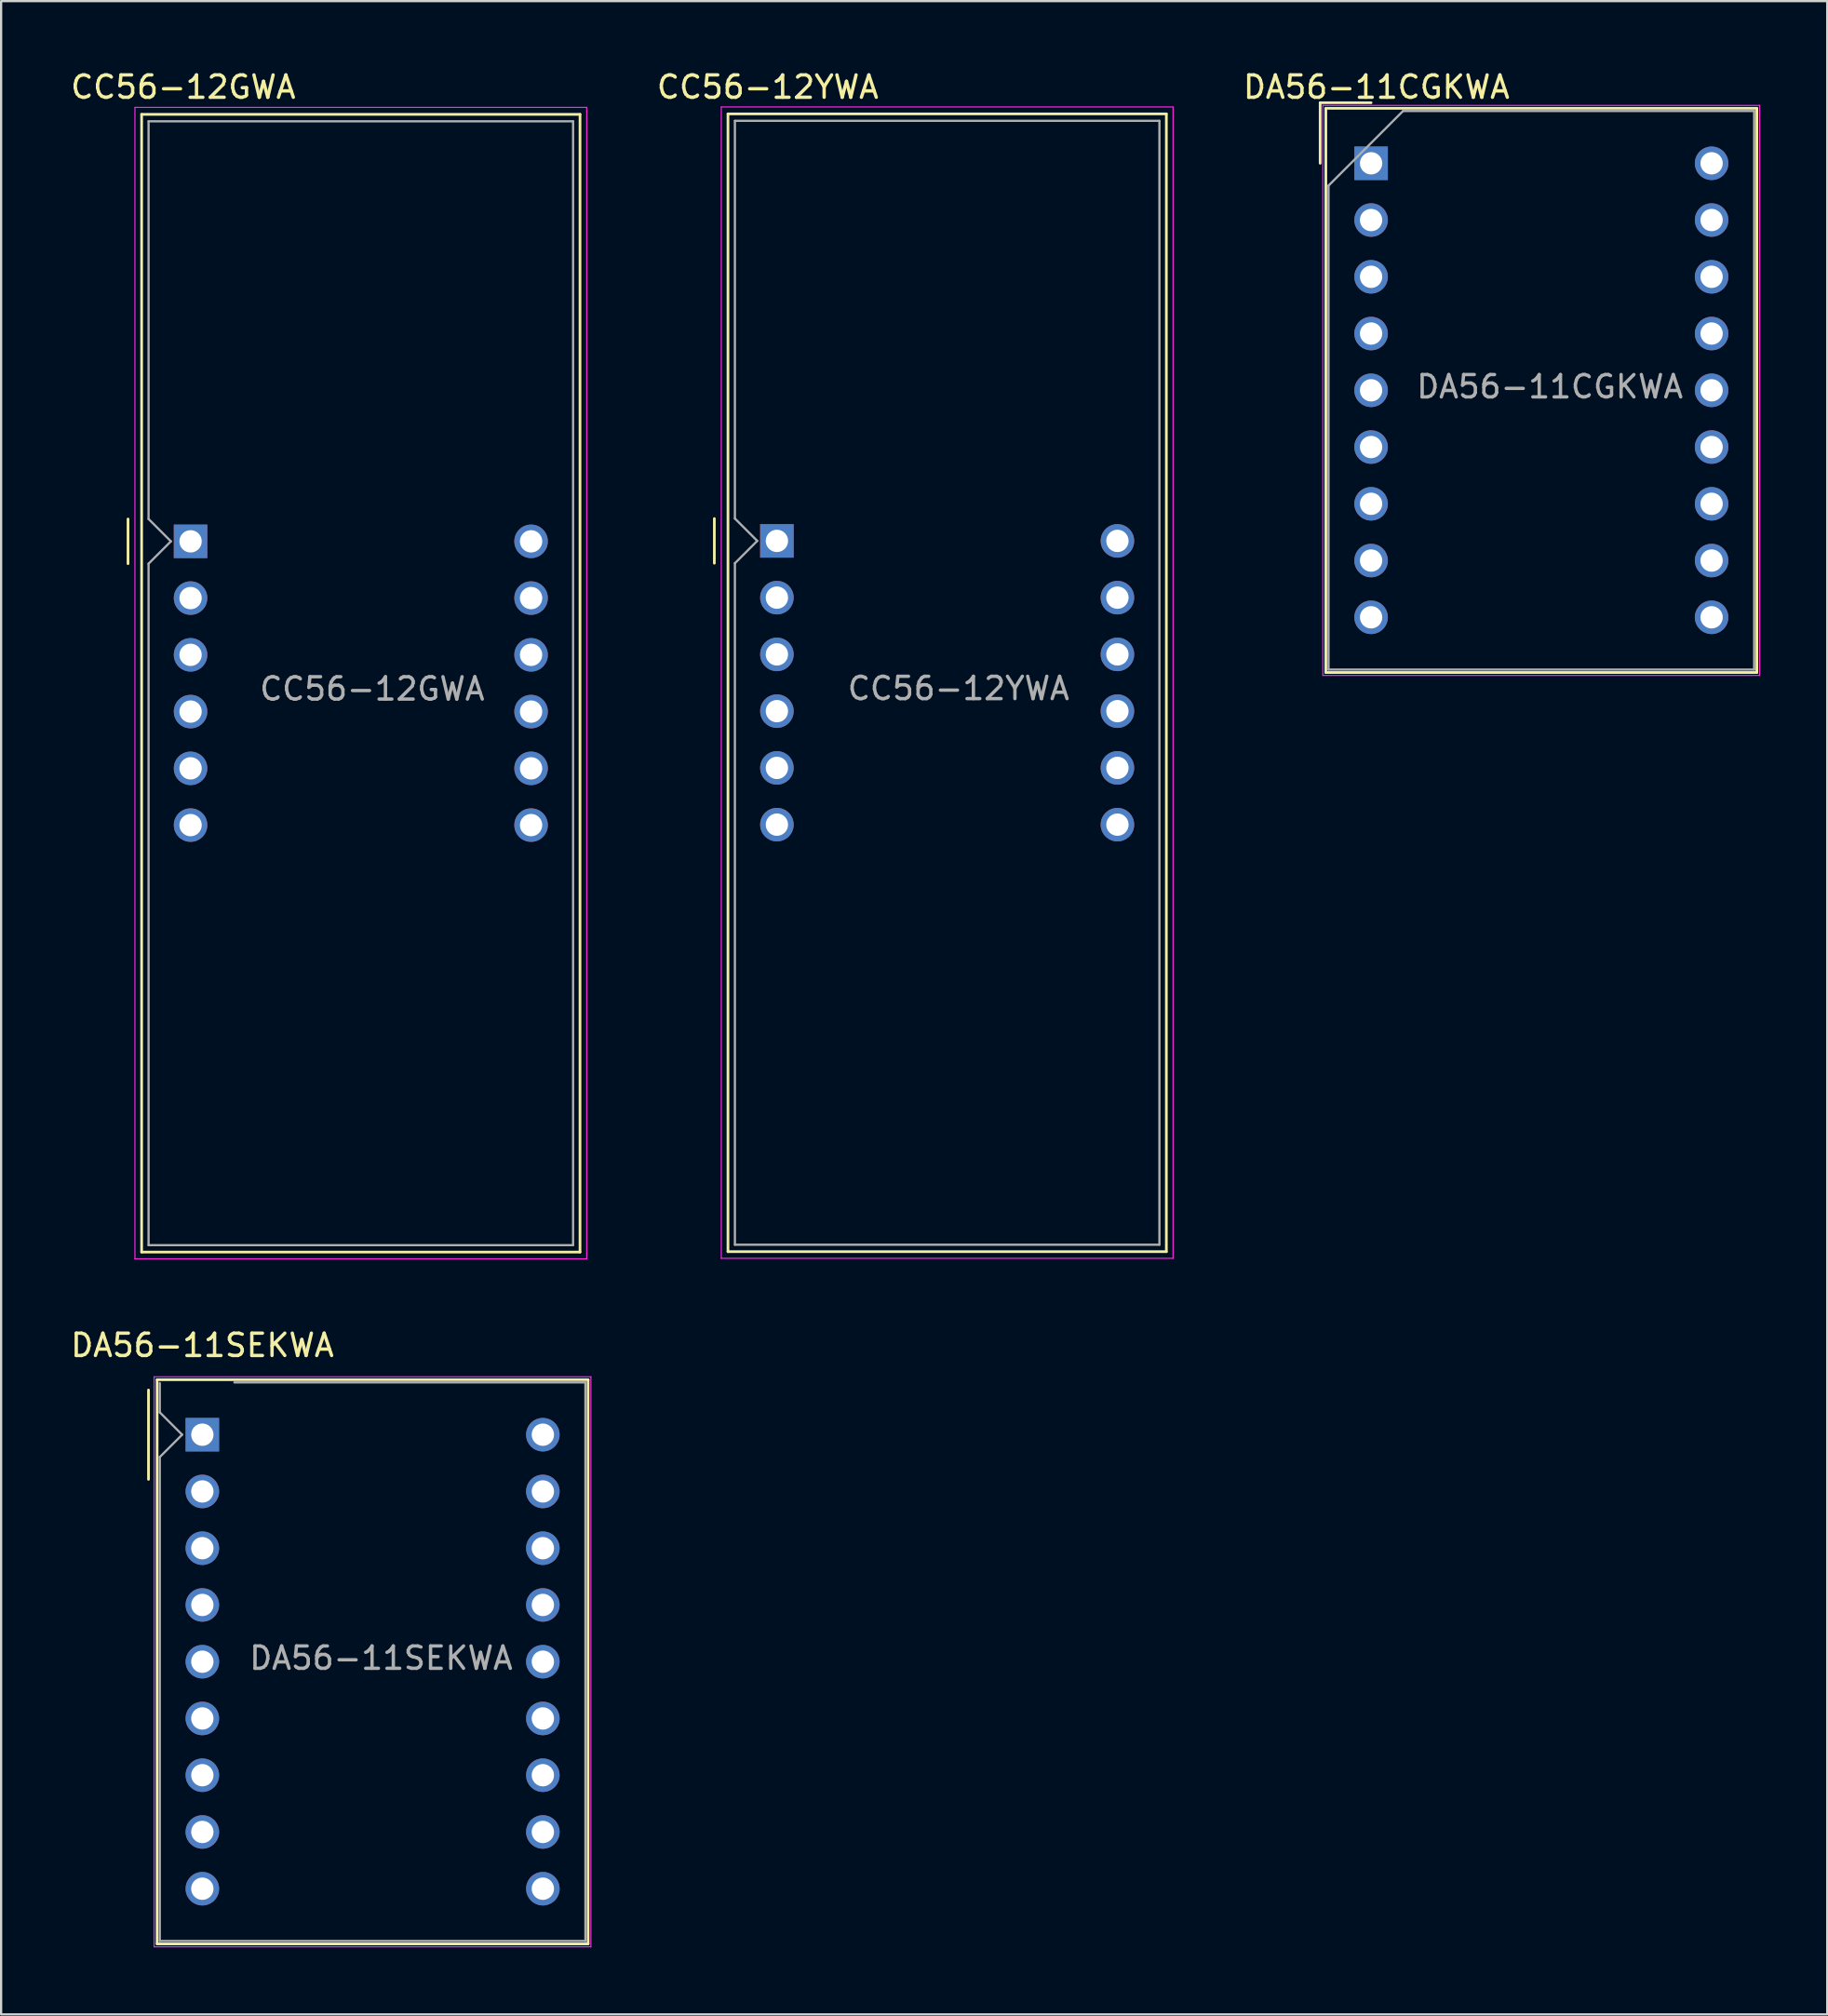
<source format=kicad_pcb>
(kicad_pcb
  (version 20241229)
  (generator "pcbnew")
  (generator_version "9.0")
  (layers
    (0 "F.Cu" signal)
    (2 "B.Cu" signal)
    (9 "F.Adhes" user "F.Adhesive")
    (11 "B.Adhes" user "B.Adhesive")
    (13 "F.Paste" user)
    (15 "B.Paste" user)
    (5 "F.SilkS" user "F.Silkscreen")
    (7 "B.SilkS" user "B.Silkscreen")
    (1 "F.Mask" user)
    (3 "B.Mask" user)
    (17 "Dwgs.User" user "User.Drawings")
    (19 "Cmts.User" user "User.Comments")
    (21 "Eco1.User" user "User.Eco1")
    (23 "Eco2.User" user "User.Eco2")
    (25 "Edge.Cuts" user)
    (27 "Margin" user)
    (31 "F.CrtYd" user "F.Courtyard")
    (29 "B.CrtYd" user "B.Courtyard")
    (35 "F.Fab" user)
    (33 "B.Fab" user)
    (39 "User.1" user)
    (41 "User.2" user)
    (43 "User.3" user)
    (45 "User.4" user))
  (footprint "DA56-11SEKWA"
    (layer "F.Cu")
    (at 6.006 61.161)
    (property "Reference" "DA56-11SEKWA" (at 0 -4 0) (layer "F.SilkS") (effects (font (size 1 1) (thickness 0.15))))
    (attr through_hole)
    (fp_line (start -2.41 -2) (end -2.41 2) (stroke (width 0.12) (type solid)) (layer "F.SilkS"))
    (fp_line (start -2.025 -2.46) (end 17.265 -2.46) (stroke (width 0.12) (type solid)) (layer "F.SilkS"))
    (fp_line (start -2.025 22.79) (end -2.025 -2.46) (stroke (width 0.12) (type solid)) (layer "F.SilkS"))
    (fp_line (start 17.265 -2.46) (end 17.265 22.79) (stroke (width 0.12) (type solid)) (layer "F.SilkS"))
    (fp_line (start 17.265 22.79) (end -2.025 22.79) (stroke (width 0.12) (type solid)) (layer "F.SilkS"))
    (fp_line (start -2.16 -2.59) (end 17.39 -2.59) (stroke (width 0.05) (type solid)) (layer "F.CrtYd"))
    (fp_line (start -2.16 22.92) (end -2.16 -2.59) (stroke (width 0.05) (type solid)) (layer "F.CrtYd"))
    (fp_line (start 17.39 -2.59) (end 17.39 22.92) (stroke (width 0.05) (type solid)) (layer "F.CrtYd"))
    (fp_line (start 17.39 22.92) (end -2.16 22.92) (stroke (width 0.05) (type solid)) (layer "F.CrtYd"))
    (fp_line (start -1.905 -1) (end -1.905 -2.31) (stroke (width 0.1) (type solid)) (layer "F.Fab"))
    (fp_line (start -1.905 1) (end -0.905 0) (stroke (width 0.1) (type solid)) (layer "F.Fab"))
    (fp_line (start -1.905 22.66) (end -1.905 1) (stroke (width 0.1) (type solid)) (layer "F.Fab"))
    (fp_line (start -0.905 0) (end -1.905 -1) (stroke (width 0.1) (type solid)) (layer "F.Fab"))
    (fp_line (start 1.435 -2.34) (end 17.145 -2.34) (stroke (width 0.1) (type solid)) (layer "F.Fab"))
    (fp_line (start 17.145 -2.34) (end 17.145 22.66) (stroke (width 0.1) (type solid)) (layer "F.Fab"))
    (fp_line (start 17.145 22.66) (end -1.905 22.66) (stroke (width 0.1) (type solid)) (layer "F.Fab"))
    (fp_text user "${REFERENCE}" (at 8 10 0) (layer "F.Fab") (effects (font (size 1 1) (thickness 0.15))))
    (pad "1" thru_hole rect (at 0 0) (size 1.5 1.5) (drill 1) (layers "*.Cu" "*.Mask"))
    (pad "2" thru_hole circle (at 0 2.54) (size 1.5 1.5) (drill 1) (layers "*.Cu" "*.Mask"))
    (pad "3" thru_hole circle (at 0 5.08) (size 1.5 1.5) (drill 1) (layers "*.Cu" "*.Mask"))
    (pad "4" thru_hole circle (at 0 7.62) (size 1.5 1.5) (drill 1) (layers "*.Cu" "*.Mask"))
    (pad "5" thru_hole circle (at 0 10.16) (size 1.5 1.5) (drill 1) (layers "*.Cu" "*.Mask"))
    (pad "6" thru_hole circle (at 0 12.7) (size 1.5 1.5) (drill 1) (layers "*.Cu" "*.Mask"))
    (pad "7" thru_hole circle (at 0 15.24) (size 1.5 1.5) (drill 1) (layers "*.Cu" "*.Mask"))
    (pad "8" thru_hole circle (at 0 17.78) (size 1.5 1.5) (drill 1) (layers "*.Cu" "*.Mask"))
    (pad "9" thru_hole circle (at 0 20.32) (size 1.5 1.5) (drill 1) (layers "*.Cu" "*.Mask"))
    (pad "10" thru_hole circle (at 15.24 20.32) (size 1.5 1.5) (drill 1) (layers "*.Cu" "*.Mask"))
    (pad "11" thru_hole circle (at 15.24 17.78) (size 1.5 1.5) (drill 1) (layers "*.Cu" "*.Mask"))
    (pad "12" thru_hole circle (at 15.24 15.24) (size 1.5 1.5) (drill 1) (layers "*.Cu" "*.Mask"))
    (pad "13" thru_hole circle (at 15.24 12.7) (size 1.5 1.5) (drill 1) (layers "*.Cu" "*.Mask"))
    (pad "14" thru_hole circle (at 15.24 10.16) (size 1.5 1.5) (drill 1) (layers "*.Cu" "*.Mask"))
    (pad "15" thru_hole circle (at 15.24 7.62) (size 1.5 1.5) (drill 1) (layers "*.Cu" "*.Mask"))
    (pad "16" thru_hole circle (at 15.24 5.08) (size 1.5 1.5) (drill 1) (layers "*.Cu" "*.Mask"))
    (pad "17" thru_hole circle (at 15.24 2.54) (size 1.5 1.5) (drill 1) (layers "*.Cu" "*.Mask"))
    (pad "18" thru_hole circle (at 15.24 0) (size 1.5 1.5) (drill 1) (layers "*.Cu" "*.Mask")))
  (footprint "CC56-12YWA"
    (layer "F.Cu")
    (at 31.721 21.158)
    (property "Reference" "CC56-12YWA" (at -0.41 -20.31 0) (layer "F.SilkS") (effects (font (size 1 1) (thickness 0.15))))
    (attr through_hole)
    (fp_line (start -2.8 -1) (end -2.8 1) (stroke (width 0.12) (type solid)) (layer "F.SilkS"))
    (fp_line (start -2.19 -19.11) (end -2.19 31.81) (stroke (width 0.12) (type solid)) (layer "F.SilkS"))
    (fp_line (start -2.19 -19.11) (end 17.43 -19.11) (stroke (width 0.12) (type solid)) (layer "F.SilkS"))
    (fp_line (start -2.19 31.81) (end 17.43 31.81) (stroke (width 0.12) (type solid)) (layer "F.SilkS"))
    (fp_line (start 17.43 31.81) (end 17.43 -19.11) (stroke (width 0.12) (type solid)) (layer "F.SilkS"))
    (fp_line (start -2.49 -19.42) (end 17.73 -19.42) (stroke (width 0.05) (type solid)) (layer "F.CrtYd"))
    (fp_line (start -2.49 32.11) (end -2.49 -19.42) (stroke (width 0.05) (type solid)) (layer "F.CrtYd"))
    (fp_line (start 17.73 -19.42) (end 17.73 32.11) (stroke (width 0.05) (type solid)) (layer "F.CrtYd"))
    (fp_line (start 17.73 32.11) (end -2.49 32.11) (stroke (width 0.05) (type solid)) (layer "F.CrtYd"))
    (fp_line (start -1.88 -18.8) (end 17.12 -18.8) (stroke (width 0.1) (type solid)) (layer "F.Fab"))
    (fp_line (start -1.88 -1) (end -1.88 -18.8) (stroke (width 0.1) (type solid)) (layer "F.Fab"))
    (fp_line (start -1.88 1) (end -1.88 31.5) (stroke (width 0.1) (type solid)) (layer "F.Fab"))
    (fp_line (start -1.88 1) (end -0.88 0) (stroke (width 0.1) (type solid)) (layer "F.Fab"))
    (fp_line (start -1.88 31.5) (end 17.12 31.5) (stroke (width 0.1) (type solid)) (layer "F.Fab"))
    (fp_line (start -0.88 0) (end -1.88 -1) (stroke (width 0.1) (type solid)) (layer "F.Fab"))
    (fp_line (start 17.12 -18.8) (end 17.12 31.5) (stroke (width 0.1) (type solid)) (layer "F.Fab"))
    (fp_text user "${REFERENCE}" (at 8.128 6.604 0) (layer "F.Fab") (effects (font (size 1 1) (thickness 0.15))))
    (pad "1" thru_hole rect (at 0 0) (size 1.5 1.5) (drill 1) (layers "*.Cu" "*.Mask"))
    (pad "2" thru_hole circle (at 0 2.54) (size 1.5 1.5) (drill 1) (layers "*.Cu" "*.Mask"))
    (pad "3" thru_hole circle (at 0 5.08) (size 1.5 1.5) (drill 1) (layers "*.Cu" "*.Mask"))
    (pad "4" thru_hole circle (at 0 7.62) (size 1.5 1.5) (drill 1) (layers "*.Cu" "*.Mask"))
    (pad "5" thru_hole circle (at 0 10.16) (size 1.5 1.5) (drill 1) (layers "*.Cu" "*.Mask"))
    (pad "6" thru_hole circle (at 0 12.7) (size 1.5 1.5) (drill 1) (layers "*.Cu" "*.Mask"))
    (pad "7" thru_hole circle (at 15.24 12.7) (size 1.5 1.5) (drill 1) (layers "*.Cu" "*.Mask"))
    (pad "8" thru_hole circle (at 15.24 10.16) (size 1.5 1.5) (drill 1) (layers "*.Cu" "*.Mask"))
    (pad "9" thru_hole circle (at 15.24 7.62) (size 1.5 1.5) (drill 1) (layers "*.Cu" "*.Mask"))
    (pad "10" thru_hole circle (at 15.24 5.08) (size 1.5 1.5) (drill 1) (layers "*.Cu" "*.Mask"))
    (pad "11" thru_hole circle (at 15.24 2.54) (size 1.5 1.5) (drill 1) (layers "*.Cu" "*.Mask"))
    (pad "12" thru_hole circle (at 15.24 0) (size 1.5 1.5) (drill 1) (layers "*.Cu" "*.Mask")))
  (footprint "CC56-12GWA"
    (layer "F.Cu")
    (at 5.479 21.178)
    (property "Reference" "CC56-12GWA" (at -0.33 -20.33 0) (layer "F.SilkS") (effects (font (size 1 1) (thickness 0.15))))
    (attr through_hole)
    (fp_line (start -2.8 -1) (end -2.8 1) (stroke (width 0.12) (type solid)) (layer "F.SilkS"))
    (fp_line (start -2.19 -19.11) (end -2.19 31.81) (stroke (width 0.12) (type solid)) (layer "F.SilkS"))
    (fp_line (start -2.19 -19.11) (end 17.43 -19.11) (stroke (width 0.12) (type solid)) (layer "F.SilkS"))
    (fp_line (start -2.19 31.81) (end 17.43 31.81) (stroke (width 0.12) (type solid)) (layer "F.SilkS"))
    (fp_line (start 17.43 31.81) (end 17.43 -19.11) (stroke (width 0.12) (type solid)) (layer "F.SilkS"))
    (fp_line (start -2.49 -19.42) (end 17.73 -19.42) (stroke (width 0.05) (type solid)) (layer "F.CrtYd"))
    (fp_line (start -2.49 32.11) (end -2.49 -19.42) (stroke (width 0.05) (type solid)) (layer "F.CrtYd"))
    (fp_line (start 17.73 -19.42) (end 17.73 32.11) (stroke (width 0.05) (type solid)) (layer "F.CrtYd"))
    (fp_line (start 17.73 32.11) (end -2.49 32.11) (stroke (width 0.05) (type solid)) (layer "F.CrtYd"))
    (fp_line (start -1.88 -18.8) (end 17.12 -18.8) (stroke (width 0.1) (type solid)) (layer "F.Fab"))
    (fp_line (start -1.88 -1) (end -1.88 -18.8) (stroke (width 0.1) (type solid)) (layer "F.Fab"))
    (fp_line (start -1.88 1) (end -1.88 31.5) (stroke (width 0.1) (type solid)) (layer "F.Fab"))
    (fp_line (start -1.88 1) (end -0.88 0) (stroke (width 0.1) (type solid)) (layer "F.Fab"))
    (fp_line (start -1.88 31.5) (end 17.12 31.5) (stroke (width 0.1) (type solid)) (layer "F.Fab"))
    (fp_line (start -0.88 0) (end -1.88 -1) (stroke (width 0.1) (type solid)) (layer "F.Fab"))
    (fp_line (start 17.12 -18.8) (end 17.12 31.5) (stroke (width 0.1) (type solid)) (layer "F.Fab"))
    (fp_text user "${REFERENCE}" (at 8.128 6.604 0) (layer "F.Fab") (effects (font (size 1 1) (thickness 0.15))))
    (pad "1" thru_hole rect (at 0 0) (size 1.5 1.5) (drill 1) (layers "*.Cu" "*.Mask"))
    (pad "2" thru_hole circle (at 0 2.54) (size 1.5 1.5) (drill 1) (layers "*.Cu" "*.Mask"))
    (pad "3" thru_hole circle (at 0 5.08) (size 1.5 1.5) (drill 1) (layers "*.Cu" "*.Mask"))
    (pad "4" thru_hole circle (at 0 7.62) (size 1.5 1.5) (drill 1) (layers "*.Cu" "*.Mask"))
    (pad "5" thru_hole circle (at 0 10.16) (size 1.5 1.5) (drill 1) (layers "*.Cu" "*.Mask"))
    (pad "6" thru_hole circle (at 0 12.7) (size 1.5 1.5) (drill 1) (layers "*.Cu" "*.Mask"))
    (pad "7" thru_hole circle (at 15.24 12.7) (size 1.5 1.5) (drill 1) (layers "*.Cu" "*.Mask"))
    (pad "8" thru_hole circle (at 15.24 10.16) (size 1.5 1.5) (drill 1) (layers "*.Cu" "*.Mask"))
    (pad "9" thru_hole circle (at 15.24 7.62) (size 1.5 1.5) (drill 1) (layers "*.Cu" "*.Mask"))
    (pad "10" thru_hole circle (at 15.24 5.08) (size 1.5 1.5) (drill 1) (layers "*.Cu" "*.Mask"))
    (pad "11" thru_hole circle (at 15.24 2.54) (size 1.5 1.5) (drill 1) (layers "*.Cu" "*.Mask"))
    (pad "12" thru_hole circle (at 15.24 0) (size 1.5 1.5) (drill 1) (layers "*.Cu" "*.Mask")))
  (footprint "DA56-11CGKWA"
    (layer "F.Cu")
    (at 58.314 4.258)
    (property "Reference" "DA56-11CGKWA" (at 0.24 -3.41 0) (layer "F.SilkS") (effects (font (size 1 1) (thickness 0.15))))
    (attr through_hole)
    (fp_line (start -2.28 -2.71) (end -2.28 0) (stroke (width 0.12) (type solid)) (layer "F.SilkS"))
    (fp_line (start -2.28 -2.71) (end 0 -2.71) (stroke (width 0.12) (type solid)) (layer "F.SilkS"))
    (fp_line (start -2.025 -2.46) (end 17.265 -2.46) (stroke (width 0.12) (type solid)) (layer "F.SilkS"))
    (fp_line (start -2.025 22.79) (end -2.025 -2.46) (stroke (width 0.12) (type solid)) (layer "F.SilkS"))
    (fp_line (start 17.265 -2.46) (end 17.265 22.79) (stroke (width 0.12) (type solid)) (layer "F.SilkS"))
    (fp_line (start 17.265 22.79) (end -2.025 22.79) (stroke (width 0.12) (type solid)) (layer "F.SilkS"))
    (fp_line (start -2.16 -2.59) (end 17.39 -2.59) (stroke (width 0.05) (type solid)) (layer "F.CrtYd"))
    (fp_line (start -2.16 22.92) (end -2.16 -2.59) (stroke (width 0.05) (type solid)) (layer "F.CrtYd"))
    (fp_line (start 17.39 -2.59) (end 17.39 22.92) (stroke (width 0.05) (type solid)) (layer "F.CrtYd"))
    (fp_line (start 17.39 22.92) (end -2.16 22.92) (stroke (width 0.05) (type solid)) (layer "F.CrtYd"))
    (fp_line (start -1.905 1) (end 1.43 -2.34) (stroke (width 0.1) (type solid)) (layer "F.Fab"))
    (fp_line (start -1.905 22.66) (end -1.905 1) (stroke (width 0.1) (type solid)) (layer "F.Fab"))
    (fp_line (start 1.43 -2.34) (end 17.145 -2.34) (stroke (width 0.1) (type solid)) (layer "F.Fab"))
    (fp_line (start 17.145 -2.34) (end 17.145 22.66) (stroke (width 0.1) (type solid)) (layer "F.Fab"))
    (fp_line (start 17.145 22.66) (end -1.905 22.66) (stroke (width 0.1) (type solid)) (layer "F.Fab"))
    (fp_text user "${REFERENCE}" (at 8 10 0) (layer "F.Fab") (effects (font (size 1 1) (thickness 0.15))))
    (pad "1" thru_hole rect (at 0 0) (size 1.5 1.5) (drill 1) (layers "*.Cu" "*.Mask"))
    (pad "2" thru_hole circle (at 0 2.54) (size 1.5 1.5) (drill 1) (layers "*.Cu" "*.Mask"))
    (pad "3" thru_hole circle (at 0 5.08) (size 1.5 1.5) (drill 1) (layers "*.Cu" "*.Mask"))
    (pad "4" thru_hole circle (at 0 7.62) (size 1.5 1.5) (drill 1) (layers "*.Cu" "*.Mask"))
    (pad "5" thru_hole circle (at 0 10.16) (size 1.5 1.5) (drill 1) (layers "*.Cu" "*.Mask"))
    (pad "6" thru_hole circle (at 0 12.7) (size 1.5 1.5) (drill 1) (layers "*.Cu" "*.Mask"))
    (pad "7" thru_hole circle (at 0 15.24) (size 1.5 1.5) (drill 1) (layers "*.Cu" "*.Mask"))
    (pad "8" thru_hole circle (at 0 17.78) (size 1.5 1.5) (drill 1) (layers "*.Cu" "*.Mask"))
    (pad "9" thru_hole circle (at 0 20.32) (size 1.5 1.5) (drill 1) (layers "*.Cu" "*.Mask"))
    (pad "10" thru_hole circle (at 15.24 20.32) (size 1.5 1.5) (drill 1) (layers "*.Cu" "*.Mask"))
    (pad "11" thru_hole circle (at 15.24 17.78) (size 1.5 1.5) (drill 1) (layers "*.Cu" "*.Mask"))
    (pad "12" thru_hole circle (at 15.24 15.24) (size 1.5 1.5) (drill 1) (layers "*.Cu" "*.Mask"))
    (pad "13" thru_hole circle (at 15.24 12.7) (size 1.5 1.5) (drill 1) (layers "*.Cu" "*.Mask"))
    (pad "14" thru_hole circle (at 15.24 10.16) (size 1.5 1.5) (drill 1) (layers "*.Cu" "*.Mask"))
    (pad "15" thru_hole circle (at 15.24 7.62) (size 1.5 1.5) (drill 1) (layers "*.Cu" "*.Mask"))
    (pad "16" thru_hole circle (at 15.24 5.08) (size 1.5 1.5) (drill 1) (layers "*.Cu" "*.Mask"))
    (pad "17" thru_hole circle (at 15.24 2.54) (size 1.5 1.5) (drill 1) (layers "*.Cu" "*.Mask"))
    (pad "18" thru_hole circle (at 15.24 0) (size 1.5 1.5) (drill 1) (layers "*.Cu" "*.Mask")))
  (gr_rect
    (start -3 -3)
    (end 78.729 87.106)
    (stroke (width 0.1) (type default))
    (fill no)
    (layer "Edge.Cuts")))
</source>
